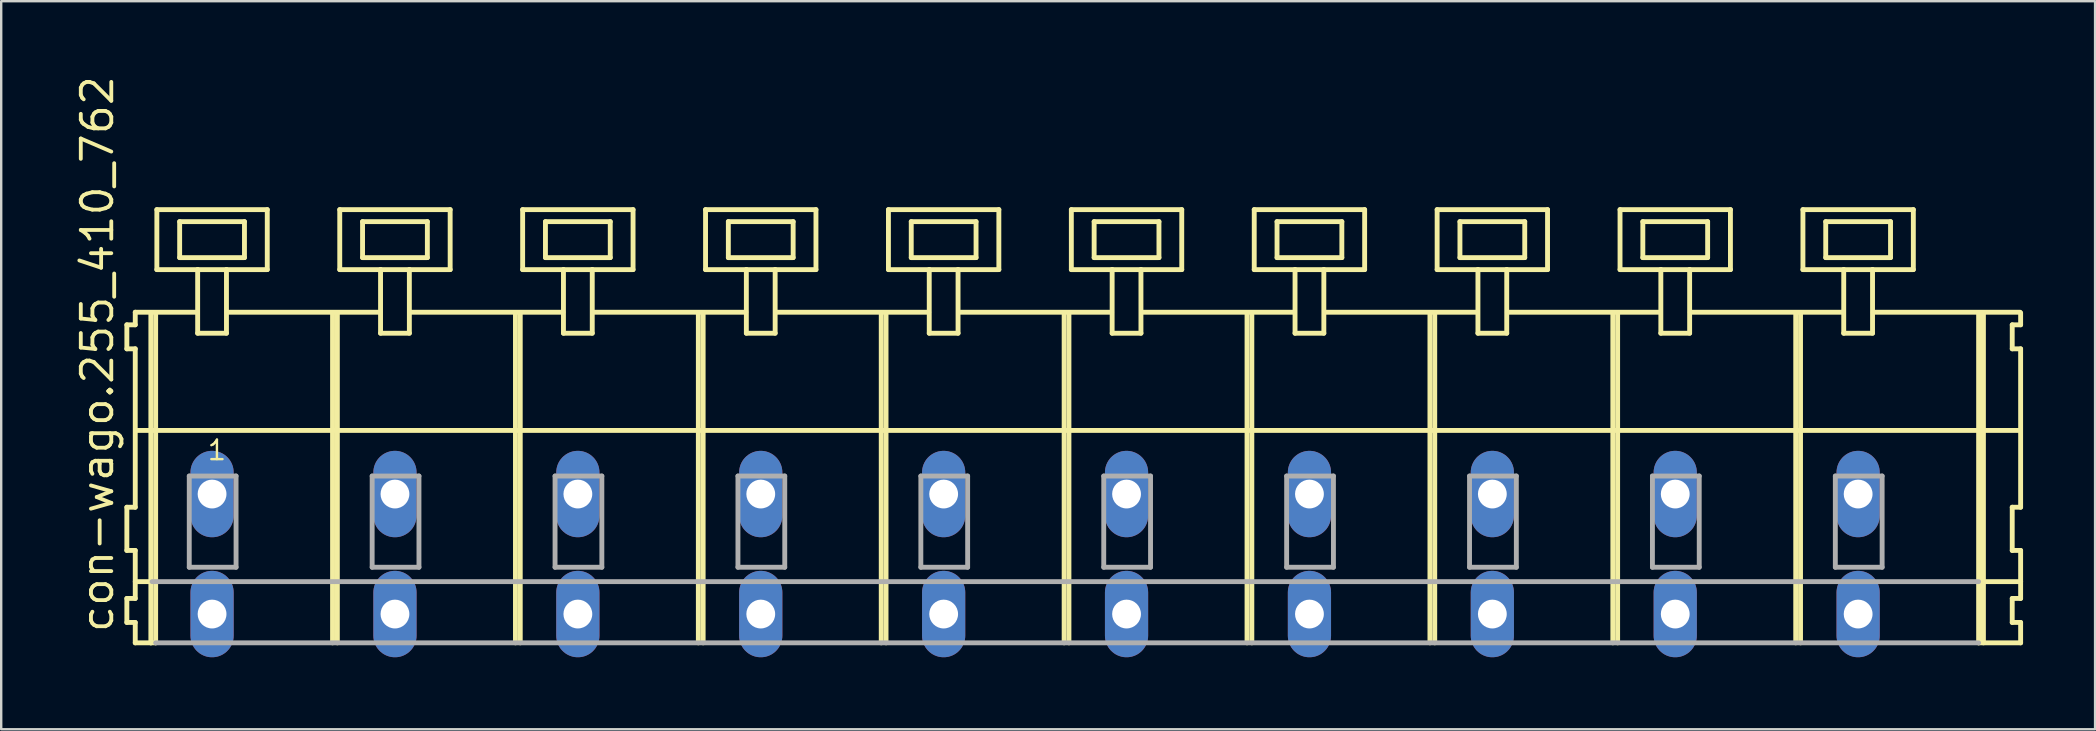
<source format=kicad_pcb>
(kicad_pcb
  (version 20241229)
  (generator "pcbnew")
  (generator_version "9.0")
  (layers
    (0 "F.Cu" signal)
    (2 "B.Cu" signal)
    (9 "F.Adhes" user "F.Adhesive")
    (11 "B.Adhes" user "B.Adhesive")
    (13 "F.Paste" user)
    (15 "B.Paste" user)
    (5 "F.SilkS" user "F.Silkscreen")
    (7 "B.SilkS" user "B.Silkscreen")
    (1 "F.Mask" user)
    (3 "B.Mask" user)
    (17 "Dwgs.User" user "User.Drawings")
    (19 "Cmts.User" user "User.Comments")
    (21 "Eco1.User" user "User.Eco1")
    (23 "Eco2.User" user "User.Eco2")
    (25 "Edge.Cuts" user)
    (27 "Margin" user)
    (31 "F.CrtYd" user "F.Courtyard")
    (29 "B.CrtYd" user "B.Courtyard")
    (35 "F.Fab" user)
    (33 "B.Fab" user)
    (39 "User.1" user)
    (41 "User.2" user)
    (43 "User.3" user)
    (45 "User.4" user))
  (footprint "con-wago.255_410_762"
    (layer "F.Cu")
    (at 41.345 17.533)
    (property "Reference" "con-wago.255_410_762" (at -39.595 5.855 90) (layer "F.SilkS") (effects (font (size 1.27 1.27) (thickness 0.16)) (justify left bottom)))
    (attr through_hole)
    (fp_line (start -39.11 -7.05) (end -39.11 -6.05) (stroke (width 0.203) (type default)) (layer "F.SilkS"))
    (fp_line (start -39.11 -6.05) (end -38.76 -6.05) (stroke (width 0.203) (type default)) (layer "F.SilkS"))
    (fp_line (start -39.11 0.55) (end -39.11 2.35) (stroke (width 0.203) (type default)) (layer "F.SilkS"))
    (fp_line (start -39.11 2.35) (end -38.76 2.35) (stroke (width 0.203) (type default)) (layer "F.SilkS"))
    (fp_line (start -39.11 4.35) (end -39.11 5.35) (stroke (width 0.203) (type default)) (layer "F.SilkS"))
    (fp_line (start -39.11 5.35) (end -38.76 5.35) (stroke (width 0.203) (type default)) (layer "F.SilkS"))
    (fp_line (start -38.76 -7.575) (end -38.76 -7.05) (stroke (width 0.203) (type default)) (layer "F.SilkS"))
    (fp_line (start -38.76 -7.575) (end -36.185 -7.575) (stroke (width 0.203) (type default)) (layer "F.SilkS"))
    (fp_line (start -38.76 -7.05) (end -39.11 -7.05) (stroke (width 0.203) (type default)) (layer "F.SilkS"))
    (fp_line (start -38.76 -6.05) (end -38.76 0.55) (stroke (width 0.203) (type default)) (layer "F.SilkS"))
    (fp_line (start -38.76 0.55) (end -39.11 0.55) (stroke (width 0.203) (type default)) (layer "F.SilkS"))
    (fp_line (start -38.76 2.35) (end -38.76 4.35) (stroke (width 0.203) (type default)) (layer "F.SilkS"))
    (fp_line (start -38.76 3.65) (end -38.06 3.65) (stroke (width 0.203) (type default)) (layer "F.SilkS"))
    (fp_line (start -38.76 4.35) (end -39.11 4.35) (stroke (width 0.203) (type default)) (layer "F.SilkS"))
    (fp_line (start -38.76 5.35) (end -38.76 6.2) (stroke (width 0.203) (type default)) (layer "F.SilkS"))
    (fp_line (start -38.76 6.2) (end -38.11 6.2) (stroke (width 0.203) (type default)) (layer "F.SilkS"))
    (fp_line (start -38.71 -2.65) (end 39.74 -2.65) (stroke (width 0.203) (type default)) (layer "F.SilkS"))
    (fp_line (start -38.11 -7.55) (end -38.11 6.2) (stroke (width 0.203) (type default)) (layer "F.SilkS"))
    (fp_line (start -38.11 6.2) (end -37.91 6.2) (stroke (width 0.203) (type default)) (layer "F.SilkS"))
    (fp_line (start -37.91 -7.55) (end -37.91 6.2) (stroke (width 0.203) (type default)) (layer "F.SilkS"))
    (fp_line (start -37.86 -11.85) (end -37.86 -9.35) (stroke (width 0.203) (type default)) (layer "F.SilkS"))
    (fp_line (start -37.86 -9.35) (end -36.16 -9.35) (stroke (width 0.203) (type default)) (layer "F.SilkS"))
    (fp_line (start -36.91 -11.35) (end -36.91 -9.85) (stroke (width 0.203) (type default)) (layer "F.SilkS"))
    (fp_line (start -36.91 -9.85) (end -34.21 -9.85) (stroke (width 0.203) (type default)) (layer "F.SilkS"))
    (fp_line (start -36.16 -9.35) (end -36.16 -6.7) (stroke (width 0.203) (type default)) (layer "F.SilkS"))
    (fp_line (start -36.16 -9.35) (end -34.96 -9.35) (stroke (width 0.203) (type default)) (layer "F.SilkS"))
    (fp_line (start -36.16 -6.7) (end -34.96 -6.7) (stroke (width 0.203) (type default)) (layer "F.SilkS"))
    (fp_line (start -34.96 -9.35) (end -33.26 -9.35) (stroke (width 0.203) (type default)) (layer "F.SilkS"))
    (fp_line (start -34.96 -6.7) (end -34.96 -9.35) (stroke (width 0.203) (type default)) (layer "F.SilkS"))
    (fp_line (start -34.935 -7.575) (end -28.561 -7.575) (stroke (width 0.203) (type default)) (layer "F.SilkS"))
    (fp_line (start -34.21 -11.35) (end -36.91 -11.35) (stroke (width 0.203) (type default)) (layer "F.SilkS"))
    (fp_line (start -34.21 -9.85) (end -34.21 -11.35) (stroke (width 0.203) (type default)) (layer "F.SilkS"))
    (fp_line (start -33.26 -11.85) (end -37.86 -11.85) (stroke (width 0.203) (type default)) (layer "F.SilkS"))
    (fp_line (start -33.26 -9.35) (end -33.26 -11.85) (stroke (width 0.203) (type default)) (layer "F.SilkS"))
    (fp_line (start -30.54 -7.55) (end -30.54 6.2) (stroke (width 0.203) (type default)) (layer "F.SilkS"))
    (fp_line (start -30.34 -7.55) (end -30.34 6.2) (stroke (width 0.203) (type default)) (layer "F.SilkS"))
    (fp_line (start -30.24 -11.85) (end -30.24 -9.35) (stroke (width 0.203) (type default)) (layer "F.SilkS"))
    (fp_line (start -30.24 -9.35) (end -28.54 -9.35) (stroke (width 0.203) (type default)) (layer "F.SilkS"))
    (fp_line (start -29.29 -11.35) (end -29.29 -9.85) (stroke (width 0.203) (type default)) (layer "F.SilkS"))
    (fp_line (start -29.29 -9.85) (end -26.59 -9.85) (stroke (width 0.203) (type default)) (layer "F.SilkS"))
    (fp_line (start -28.54 -9.35) (end -28.54 -6.7) (stroke (width 0.203) (type default)) (layer "F.SilkS"))
    (fp_line (start -28.54 -9.35) (end -27.34 -9.35) (stroke (width 0.203) (type default)) (layer "F.SilkS"))
    (fp_line (start -28.54 -6.7) (end -27.34 -6.7) (stroke (width 0.203) (type default)) (layer "F.SilkS"))
    (fp_line (start -27.34 -9.35) (end -25.64 -9.35) (stroke (width 0.203) (type default)) (layer "F.SilkS"))
    (fp_line (start -27.34 -6.7) (end -27.34 -9.35) (stroke (width 0.203) (type default)) (layer "F.SilkS"))
    (fp_line (start -27.315 -7.575) (end -20.941 -7.575) (stroke (width 0.203) (type default)) (layer "F.SilkS"))
    (fp_line (start -26.59 -11.35) (end -29.29 -11.35) (stroke (width 0.203) (type default)) (layer "F.SilkS"))
    (fp_line (start -26.59 -9.85) (end -26.59 -11.35) (stroke (width 0.203) (type default)) (layer "F.SilkS"))
    (fp_line (start -25.64 -11.85) (end -30.24 -11.85) (stroke (width 0.203) (type default)) (layer "F.SilkS"))
    (fp_line (start -25.64 -9.35) (end -25.64 -11.85) (stroke (width 0.203) (type default)) (layer "F.SilkS"))
    (fp_line (start -22.92 -7.55) (end -22.92 6.2) (stroke (width 0.203) (type default)) (layer "F.SilkS"))
    (fp_line (start -22.72 -7.55) (end -22.72 6.2) (stroke (width 0.203) (type default)) (layer "F.SilkS"))
    (fp_line (start -22.62 -11.85) (end -22.62 -9.35) (stroke (width 0.203) (type default)) (layer "F.SilkS"))
    (fp_line (start -22.62 -9.35) (end -20.92 -9.35) (stroke (width 0.203) (type default)) (layer "F.SilkS"))
    (fp_line (start -21.67 -11.35) (end -21.67 -9.85) (stroke (width 0.203) (type default)) (layer "F.SilkS"))
    (fp_line (start -21.67 -9.85) (end -18.97 -9.85) (stroke (width 0.203) (type default)) (layer "F.SilkS"))
    (fp_line (start -20.92 -9.35) (end -20.92 -6.7) (stroke (width 0.203) (type default)) (layer "F.SilkS"))
    (fp_line (start -20.92 -9.35) (end -19.72 -9.35) (stroke (width 0.203) (type default)) (layer "F.SilkS"))
    (fp_line (start -20.92 -6.7) (end -19.72 -6.7) (stroke (width 0.203) (type default)) (layer "F.SilkS"))
    (fp_line (start -19.72 -9.35) (end -18.02 -9.35) (stroke (width 0.203) (type default)) (layer "F.SilkS"))
    (fp_line (start -19.72 -6.7) (end -19.72 -9.35) (stroke (width 0.203) (type default)) (layer "F.SilkS"))
    (fp_line (start -19.695 -7.575) (end -13.321 -7.575) (stroke (width 0.203) (type default)) (layer "F.SilkS"))
    (fp_line (start -18.97 -11.35) (end -21.67 -11.35) (stroke (width 0.203) (type default)) (layer "F.SilkS"))
    (fp_line (start -18.97 -9.85) (end -18.97 -11.35) (stroke (width 0.203) (type default)) (layer "F.SilkS"))
    (fp_line (start -18.02 -11.85) (end -22.62 -11.85) (stroke (width 0.203) (type default)) (layer "F.SilkS"))
    (fp_line (start -18.02 -9.35) (end -18.02 -11.85) (stroke (width 0.203) (type default)) (layer "F.SilkS"))
    (fp_line (start -15.3 -7.55) (end -15.3 6.2) (stroke (width 0.203) (type default)) (layer "F.SilkS"))
    (fp_line (start -15.1 -7.55) (end -15.1 6.2) (stroke (width 0.203) (type default)) (layer "F.SilkS"))
    (fp_line (start -15 -11.85) (end -15 -9.35) (stroke (width 0.203) (type default)) (layer "F.SilkS"))
    (fp_line (start -15 -9.35) (end -13.3 -9.35) (stroke (width 0.203) (type default)) (layer "F.SilkS"))
    (fp_line (start -14.05 -11.35) (end -14.05 -9.85) (stroke (width 0.203) (type default)) (layer "F.SilkS"))
    (fp_line (start -14.05 -9.85) (end -11.35 -9.85) (stroke (width 0.203) (type default)) (layer "F.SilkS"))
    (fp_line (start -13.3 -9.35) (end -13.3 -6.7) (stroke (width 0.203) (type default)) (layer "F.SilkS"))
    (fp_line (start -13.3 -9.35) (end -12.1 -9.35) (stroke (width 0.203) (type default)) (layer "F.SilkS"))
    (fp_line (start -13.3 -6.7) (end -12.1 -6.7) (stroke (width 0.203) (type default)) (layer "F.SilkS"))
    (fp_line (start -12.1 -9.35) (end -10.4 -9.35) (stroke (width 0.203) (type default)) (layer "F.SilkS"))
    (fp_line (start -12.1 -6.7) (end -12.1 -9.35) (stroke (width 0.203) (type default)) (layer "F.SilkS"))
    (fp_line (start -12.075 -7.575) (end -5.701 -7.575) (stroke (width 0.203) (type default)) (layer "F.SilkS"))
    (fp_line (start -11.35 -11.35) (end -14.05 -11.35) (stroke (width 0.203) (type default)) (layer "F.SilkS"))
    (fp_line (start -11.35 -9.85) (end -11.35 -11.35) (stroke (width 0.203) (type default)) (layer "F.SilkS"))
    (fp_line (start -10.4 -11.85) (end -15 -11.85) (stroke (width 0.203) (type default)) (layer "F.SilkS"))
    (fp_line (start -10.4 -9.35) (end -10.4 -11.85) (stroke (width 0.203) (type default)) (layer "F.SilkS"))
    (fp_line (start -7.68 -7.55) (end -7.68 6.2) (stroke (width 0.203) (type default)) (layer "F.SilkS"))
    (fp_line (start -7.48 -7.55) (end -7.48 6.2) (stroke (width 0.203) (type default)) (layer "F.SilkS"))
    (fp_line (start -7.38 -11.85) (end -7.38 -9.35) (stroke (width 0.203) (type default)) (layer "F.SilkS"))
    (fp_line (start -7.38 -9.35) (end -5.68 -9.35) (stroke (width 0.203) (type default)) (layer "F.SilkS"))
    (fp_line (start -6.43 -11.35) (end -6.43 -9.85) (stroke (width 0.203) (type default)) (layer "F.SilkS"))
    (fp_line (start -6.43 -9.85) (end -3.73 -9.85) (stroke (width 0.203) (type default)) (layer "F.SilkS"))
    (fp_line (start -5.68 -9.35) (end -5.68 -6.7) (stroke (width 0.203) (type default)) (layer "F.SilkS"))
    (fp_line (start -5.68 -9.35) (end -4.48 -9.35) (stroke (width 0.203) (type default)) (layer "F.SilkS"))
    (fp_line (start -5.68 -6.7) (end -4.48 -6.7) (stroke (width 0.203) (type default)) (layer "F.SilkS"))
    (fp_line (start -4.48 -9.35) (end -2.78 -9.35) (stroke (width 0.203) (type default)) (layer "F.SilkS"))
    (fp_line (start -4.48 -6.7) (end -4.48 -9.35) (stroke (width 0.203) (type default)) (layer "F.SilkS"))
    (fp_line (start -4.455 -7.575) (end 1.919 -7.575) (stroke (width 0.203) (type default)) (layer "F.SilkS"))
    (fp_line (start -3.73 -11.35) (end -6.43 -11.35) (stroke (width 0.203) (type default)) (layer "F.SilkS"))
    (fp_line (start -3.73 -9.85) (end -3.73 -11.35) (stroke (width 0.203) (type default)) (layer "F.SilkS"))
    (fp_line (start -2.78 -11.85) (end -7.38 -11.85) (stroke (width 0.203) (type default)) (layer "F.SilkS"))
    (fp_line (start -2.78 -9.35) (end -2.78 -11.85) (stroke (width 0.203) (type default)) (layer "F.SilkS"))
    (fp_line (start -0.06 -7.55) (end -0.06 6.2) (stroke (width 0.203) (type default)) (layer "F.SilkS"))
    (fp_line (start 0.14 -7.55) (end 0.14 6.2) (stroke (width 0.203) (type default)) (layer "F.SilkS"))
    (fp_line (start 0.24 -11.85) (end 0.24 -9.35) (stroke (width 0.203) (type default)) (layer "F.SilkS"))
    (fp_line (start 0.24 -9.35) (end 1.94 -9.35) (stroke (width 0.203) (type default)) (layer "F.SilkS"))
    (fp_line (start 1.19 -11.35) (end 1.19 -9.85) (stroke (width 0.203) (type default)) (layer "F.SilkS"))
    (fp_line (start 1.19 -9.85) (end 3.89 -9.85) (stroke (width 0.203) (type default)) (layer "F.SilkS"))
    (fp_line (start 1.94 -9.35) (end 1.94 -6.7) (stroke (width 0.203) (type default)) (layer "F.SilkS"))
    (fp_line (start 1.94 -9.35) (end 3.14 -9.35) (stroke (width 0.203) (type default)) (layer "F.SilkS"))
    (fp_line (start 1.94 -6.7) (end 3.14 -6.7) (stroke (width 0.203) (type default)) (layer "F.SilkS"))
    (fp_line (start 3.14 -9.35) (end 4.84 -9.35) (stroke (width 0.203) (type default)) (layer "F.SilkS"))
    (fp_line (start 3.14 -6.7) (end 3.14 -9.35) (stroke (width 0.203) (type default)) (layer "F.SilkS"))
    (fp_line (start 3.165 -7.575) (end 9.539 -7.575) (stroke (width 0.203) (type default)) (layer "F.SilkS"))
    (fp_line (start 3.89 -11.35) (end 1.19 -11.35) (stroke (width 0.203) (type default)) (layer "F.SilkS"))
    (fp_line (start 3.89 -9.85) (end 3.89 -11.35) (stroke (width 0.203) (type default)) (layer "F.SilkS"))
    (fp_line (start 4.84 -11.85) (end 0.24 -11.85) (stroke (width 0.203) (type default)) (layer "F.SilkS"))
    (fp_line (start 4.84 -9.35) (end 4.84 -11.85) (stroke (width 0.203) (type default)) (layer "F.SilkS"))
    (fp_line (start 7.56 -7.55) (end 7.56 6.2) (stroke (width 0.203) (type default)) (layer "F.SilkS"))
    (fp_line (start 7.76 -7.55) (end 7.76 6.2) (stroke (width 0.203) (type default)) (layer "F.SilkS"))
    (fp_line (start 7.86 -11.85) (end 7.86 -9.35) (stroke (width 0.203) (type default)) (layer "F.SilkS"))
    (fp_line (start 7.86 -9.35) (end 9.56 -9.35) (stroke (width 0.203) (type default)) (layer "F.SilkS"))
    (fp_line (start 8.81 -11.35) (end 8.81 -9.85) (stroke (width 0.203) (type default)) (layer "F.SilkS"))
    (fp_line (start 8.81 -9.85) (end 11.51 -9.85) (stroke (width 0.203) (type default)) (layer "F.SilkS"))
    (fp_line (start 9.56 -9.35) (end 9.56 -6.7) (stroke (width 0.203) (type default)) (layer "F.SilkS"))
    (fp_line (start 9.56 -9.35) (end 10.76 -9.35) (stroke (width 0.203) (type default)) (layer "F.SilkS"))
    (fp_line (start 9.56 -6.7) (end 10.76 -6.7) (stroke (width 0.203) (type default)) (layer "F.SilkS"))
    (fp_line (start 10.76 -9.35) (end 12.46 -9.35) (stroke (width 0.203) (type default)) (layer "F.SilkS"))
    (fp_line (start 10.76 -6.7) (end 10.76 -9.35) (stroke (width 0.203) (type default)) (layer "F.SilkS"))
    (fp_line (start 10.785 -7.575) (end 17.159 -7.575) (stroke (width 0.203) (type default)) (layer "F.SilkS"))
    (fp_line (start 11.51 -11.35) (end 8.81 -11.35) (stroke (width 0.203) (type default)) (layer "F.SilkS"))
    (fp_line (start 11.51 -9.85) (end 11.51 -11.35) (stroke (width 0.203) (type default)) (layer "F.SilkS"))
    (fp_line (start 12.46 -11.85) (end 7.86 -11.85) (stroke (width 0.203) (type default)) (layer "F.SilkS"))
    (fp_line (start 12.46 -9.35) (end 12.46 -11.85) (stroke (width 0.203) (type default)) (layer "F.SilkS"))
    (fp_line (start 15.18 -7.55) (end 15.18 6.2) (stroke (width 0.203) (type default)) (layer "F.SilkS"))
    (fp_line (start 15.38 -7.55) (end 15.38 6.2) (stroke (width 0.203) (type default)) (layer "F.SilkS"))
    (fp_line (start 15.48 -11.85) (end 15.48 -9.35) (stroke (width 0.203) (type default)) (layer "F.SilkS"))
    (fp_line (start 15.48 -9.35) (end 17.18 -9.35) (stroke (width 0.203) (type default)) (layer "F.SilkS"))
    (fp_line (start 16.43 -11.35) (end 16.43 -9.85) (stroke (width 0.203) (type default)) (layer "F.SilkS"))
    (fp_line (start 16.43 -9.85) (end 19.13 -9.85) (stroke (width 0.203) (type default)) (layer "F.SilkS"))
    (fp_line (start 17.18 -9.35) (end 17.18 -6.7) (stroke (width 0.203) (type default)) (layer "F.SilkS"))
    (fp_line (start 17.18 -9.35) (end 18.38 -9.35) (stroke (width 0.203) (type default)) (layer "F.SilkS"))
    (fp_line (start 17.18 -6.7) (end 18.38 -6.7) (stroke (width 0.203) (type default)) (layer "F.SilkS"))
    (fp_line (start 18.38 -9.35) (end 20.08 -9.35) (stroke (width 0.203) (type default)) (layer "F.SilkS"))
    (fp_line (start 18.38 -6.7) (end 18.38 -9.35) (stroke (width 0.203) (type default)) (layer "F.SilkS"))
    (fp_line (start 18.405 -7.575) (end 24.779 -7.575) (stroke (width 0.203) (type default)) (layer "F.SilkS"))
    (fp_line (start 19.13 -11.35) (end 16.43 -11.35) (stroke (width 0.203) (type default)) (layer "F.SilkS"))
    (fp_line (start 19.13 -9.85) (end 19.13 -11.35) (stroke (width 0.203) (type default)) (layer "F.SilkS"))
    (fp_line (start 20.08 -11.85) (end 15.48 -11.85) (stroke (width 0.203) (type default)) (layer "F.SilkS"))
    (fp_line (start 20.08 -9.35) (end 20.08 -11.85) (stroke (width 0.203) (type default)) (layer "F.SilkS"))
    (fp_line (start 22.8 -7.55) (end 22.8 6.2) (stroke (width 0.203) (type default)) (layer "F.SilkS"))
    (fp_line (start 23 -7.55) (end 23 6.2) (stroke (width 0.203) (type default)) (layer "F.SilkS"))
    (fp_line (start 23.1 -11.85) (end 23.1 -9.35) (stroke (width 0.203) (type default)) (layer "F.SilkS"))
    (fp_line (start 23.1 -9.35) (end 24.8 -9.35) (stroke (width 0.203) (type default)) (layer "F.SilkS"))
    (fp_line (start 24.05 -11.35) (end 24.05 -9.85) (stroke (width 0.203) (type default)) (layer "F.SilkS"))
    (fp_line (start 24.05 -9.85) (end 26.75 -9.85) (stroke (width 0.203) (type default)) (layer "F.SilkS"))
    (fp_line (start 24.8 -9.35) (end 24.8 -6.7) (stroke (width 0.203) (type default)) (layer "F.SilkS"))
    (fp_line (start 24.8 -9.35) (end 26 -9.35) (stroke (width 0.203) (type default)) (layer "F.SilkS"))
    (fp_line (start 24.8 -6.7) (end 26 -6.7) (stroke (width 0.203) (type default)) (layer "F.SilkS"))
    (fp_line (start 26 -9.35) (end 27.7 -9.35) (stroke (width 0.203) (type default)) (layer "F.SilkS"))
    (fp_line (start 26 -6.7) (end 26 -9.35) (stroke (width 0.203) (type default)) (layer "F.SilkS"))
    (fp_line (start 26.025 -7.575) (end 32.399 -7.575) (stroke (width 0.203) (type default)) (layer "F.SilkS"))
    (fp_line (start 26.75 -11.35) (end 24.05 -11.35) (stroke (width 0.203) (type default)) (layer "F.SilkS"))
    (fp_line (start 26.75 -9.85) (end 26.75 -11.35) (stroke (width 0.203) (type default)) (layer "F.SilkS"))
    (fp_line (start 27.7 -11.85) (end 23.1 -11.85) (stroke (width 0.203) (type default)) (layer "F.SilkS"))
    (fp_line (start 27.7 -9.35) (end 27.7 -11.85) (stroke (width 0.203) (type default)) (layer "F.SilkS"))
    (fp_line (start 30.42 -7.55) (end 30.42 6.2) (stroke (width 0.203) (type default)) (layer "F.SilkS"))
    (fp_line (start 30.62 -7.55) (end 30.62 6.2) (stroke (width 0.203) (type default)) (layer "F.SilkS"))
    (fp_line (start 30.72 -11.85) (end 30.72 -9.35) (stroke (width 0.203) (type default)) (layer "F.SilkS"))
    (fp_line (start 30.72 -9.35) (end 32.42 -9.35) (stroke (width 0.203) (type default)) (layer "F.SilkS"))
    (fp_line (start 31.67 -11.35) (end 31.67 -9.85) (stroke (width 0.203) (type default)) (layer "F.SilkS"))
    (fp_line (start 31.67 -9.85) (end 34.37 -9.85) (stroke (width 0.203) (type default)) (layer "F.SilkS"))
    (fp_line (start 32.42 -9.35) (end 32.42 -6.7) (stroke (width 0.203) (type default)) (layer "F.SilkS"))
    (fp_line (start 32.42 -9.35) (end 33.62 -9.35) (stroke (width 0.203) (type default)) (layer "F.SilkS"))
    (fp_line (start 32.42 -6.7) (end 33.62 -6.7) (stroke (width 0.203) (type default)) (layer "F.SilkS"))
    (fp_line (start 33.62 -9.35) (end 35.32 -9.35) (stroke (width 0.203) (type default)) (layer "F.SilkS"))
    (fp_line (start 33.62 -6.7) (end 33.62 -9.35) (stroke (width 0.203) (type default)) (layer "F.SilkS"))
    (fp_line (start 33.645 -7.575) (end 39.765 -7.575) (stroke (width 0.203) (type default)) (layer "F.SilkS"))
    (fp_line (start 34.37 -11.35) (end 31.67 -11.35) (stroke (width 0.203) (type default)) (layer "F.SilkS"))
    (fp_line (start 34.37 -9.85) (end 34.37 -11.35) (stroke (width 0.203) (type default)) (layer "F.SilkS"))
    (fp_line (start 35.32 -11.85) (end 30.72 -11.85) (stroke (width 0.203) (type default)) (layer "F.SilkS"))
    (fp_line (start 35.32 -9.35) (end 35.32 -11.85) (stroke (width 0.203) (type default)) (layer "F.SilkS"))
    (fp_line (start 38.04 -7.55) (end 38.04 6.2) (stroke (width 0.203) (type default)) (layer "F.SilkS"))
    (fp_line (start 38.04 6.2) (end 39.79 6.2) (stroke (width 0.203) (type default)) (layer "F.SilkS"))
    (fp_line (start 38.09 3.65) (end 39.79 3.65) (stroke (width 0.203) (type default)) (layer "F.SilkS"))
    (fp_line (start 38.24 -7.55) (end 38.24 6.2) (stroke (width 0.203) (type default)) (layer "F.SilkS"))
    (fp_line (start 39.44 -7.05) (end 39.44 -6.05) (stroke (width 0.203) (type default)) (layer "F.SilkS"))
    (fp_line (start 39.44 -6.05) (end 39.79 -6.05) (stroke (width 0.203) (type default)) (layer "F.SilkS"))
    (fp_line (start 39.44 0.55) (end 39.44 2.35) (stroke (width 0.203) (type default)) (layer "F.SilkS"))
    (fp_line (start 39.44 2.35) (end 39.79 2.35) (stroke (width 0.203) (type default)) (layer "F.SilkS"))
    (fp_line (start 39.44 4.35) (end 39.44 5.35) (stroke (width 0.203) (type default)) (layer "F.SilkS"))
    (fp_line (start 39.44 5.35) (end 39.79 5.35) (stroke (width 0.203) (type default)) (layer "F.SilkS"))
    (fp_line (start 39.79 -7.05) (end 39.44 -7.05) (stroke (width 0.203) (type default)) (layer "F.SilkS"))
    (fp_line (start 39.79 -7.05) (end 39.79 -7.55) (stroke (width 0.203) (type default)) (layer "F.SilkS"))
    (fp_line (start 39.79 0.55) (end 39.44 0.55) (stroke (width 0.203) (type default)) (layer "F.SilkS"))
    (fp_line (start 39.79 0.55) (end 39.79 -6.05) (stroke (width 0.203) (type default)) (layer "F.SilkS"))
    (fp_line (start 39.79 3.65) (end 39.79 2.35) (stroke (width 0.203) (type default)) (layer "F.SilkS"))
    (fp_line (start 39.79 4.35) (end 39.44 4.35) (stroke (width 0.203) (type default)) (layer "F.SilkS"))
    (fp_line (start 39.79 4.35) (end 39.79 3.65) (stroke (width 0.203) (type default)) (layer "F.SilkS"))
    (fp_line (start 39.79 6.2) (end 39.79 5.35) (stroke (width 0.203) (type default)) (layer "F.SilkS"))
    (fp_line (start -38.06 3.65) (end 38.04 3.65) (stroke (width 0.203) (type default)) (layer "F.Fab"))
    (fp_line (start -37.91 6.2) (end 38.04 6.2) (stroke (width 0.203) (type default)) (layer "F.Fab"))
    (fp_line (start -36.51 -0.75) (end -36.51 3.05) (stroke (width 0.203) (type default)) (layer "F.Fab"))
    (fp_line (start -36.51 3.05) (end -34.56 3.05) (stroke (width 0.203) (type default)) (layer "F.Fab"))
    (fp_line (start -34.56 -0.75) (end -36.51 -0.75) (stroke (width 0.203) (type default)) (layer "F.Fab"))
    (fp_line (start -34.56 3.05) (end -34.56 -0.75) (stroke (width 0.203) (type default)) (layer "F.Fab"))
    (fp_line (start -28.89 -0.75) (end -28.89 3.05) (stroke (width 0.203) (type default)) (layer "F.Fab"))
    (fp_line (start -28.89 3.05) (end -26.94 3.05) (stroke (width 0.203) (type default)) (layer "F.Fab"))
    (fp_line (start -26.94 -0.75) (end -28.89 -0.75) (stroke (width 0.203) (type default)) (layer "F.Fab"))
    (fp_line (start -26.94 3.05) (end -26.94 -0.75) (stroke (width 0.203) (type default)) (layer "F.Fab"))
    (fp_line (start -21.27 -0.75) (end -21.27 3.05) (stroke (width 0.203) (type default)) (layer "F.Fab"))
    (fp_line (start -21.27 3.05) (end -19.32 3.05) (stroke (width 0.203) (type default)) (layer "F.Fab"))
    (fp_line (start -19.32 -0.75) (end -21.27 -0.75) (stroke (width 0.203) (type default)) (layer "F.Fab"))
    (fp_line (start -19.32 3.05) (end -19.32 -0.75) (stroke (width 0.203) (type default)) (layer "F.Fab"))
    (fp_line (start -13.65 -0.75) (end -13.65 3.05) (stroke (width 0.203) (type default)) (layer "F.Fab"))
    (fp_line (start -13.65 3.05) (end -11.7 3.05) (stroke (width 0.203) (type default)) (layer "F.Fab"))
    (fp_line (start -11.7 -0.75) (end -13.65 -0.75) (stroke (width 0.203) (type default)) (layer "F.Fab"))
    (fp_line (start -11.7 3.05) (end -11.7 -0.75) (stroke (width 0.203) (type default)) (layer "F.Fab"))
    (fp_line (start -6.03 -0.75) (end -6.03 3.05) (stroke (width 0.203) (type default)) (layer "F.Fab"))
    (fp_line (start -6.03 3.05) (end -4.08 3.05) (stroke (width 0.203) (type default)) (layer "F.Fab"))
    (fp_line (start -4.08 -0.75) (end -6.03 -0.75) (stroke (width 0.203) (type default)) (layer "F.Fab"))
    (fp_line (start -4.08 3.05) (end -4.08 -0.75) (stroke (width 0.203) (type default)) (layer "F.Fab"))
    (fp_line (start 1.59 -0.75) (end 1.59 3.05) (stroke (width 0.203) (type default)) (layer "F.Fab"))
    (fp_line (start 1.59 3.05) (end 3.54 3.05) (stroke (width 0.203) (type default)) (layer "F.Fab"))
    (fp_line (start 3.54 -0.75) (end 1.59 -0.75) (stroke (width 0.203) (type default)) (layer "F.Fab"))
    (fp_line (start 3.54 3.05) (end 3.54 -0.75) (stroke (width 0.203) (type default)) (layer "F.Fab"))
    (fp_line (start 9.21 -0.75) (end 9.21 3.05) (stroke (width 0.203) (type default)) (layer "F.Fab"))
    (fp_line (start 9.21 3.05) (end 11.16 3.05) (stroke (width 0.203) (type default)) (layer "F.Fab"))
    (fp_line (start 11.16 -0.75) (end 9.21 -0.75) (stroke (width 0.203) (type default)) (layer "F.Fab"))
    (fp_line (start 11.16 3.05) (end 11.16 -0.75) (stroke (width 0.203) (type default)) (layer "F.Fab"))
    (fp_line (start 16.83 -0.75) (end 16.83 3.05) (stroke (width 0.203) (type default)) (layer "F.Fab"))
    (fp_line (start 16.83 3.05) (end 18.78 3.05) (stroke (width 0.203) (type default)) (layer "F.Fab"))
    (fp_line (start 18.78 -0.75) (end 16.83 -0.75) (stroke (width 0.203) (type default)) (layer "F.Fab"))
    (fp_line (start 18.78 3.05) (end 18.78 -0.75) (stroke (width 0.203) (type default)) (layer "F.Fab"))
    (fp_line (start 24.45 -0.75) (end 24.45 3.05) (stroke (width 0.203) (type default)) (layer "F.Fab"))
    (fp_line (start 24.45 3.05) (end 26.4 3.05) (stroke (width 0.203) (type default)) (layer "F.Fab"))
    (fp_line (start 26.4 -0.75) (end 24.45 -0.75) (stroke (width 0.203) (type default)) (layer "F.Fab"))
    (fp_line (start 26.4 3.05) (end 26.4 -0.75) (stroke (width 0.203) (type default)) (layer "F.Fab"))
    (fp_line (start 32.07 -0.75) (end 32.07 3.05) (stroke (width 0.203) (type default)) (layer "F.Fab"))
    (fp_line (start 32.07 3.05) (end 34.02 3.05) (stroke (width 0.203) (type default)) (layer "F.Fab"))
    (fp_line (start 34.02 -0.75) (end 32.07 -0.75) (stroke (width 0.203) (type default)) (layer "F.Fab"))
    (fp_line (start 34.02 3.05) (end 34.02 -0.75) (stroke (width 0.203) (type default)) (layer "F.Fab"))
    (fp_text user "1" (at -35.81 -1.35 0) (layer "F.SilkS") (effects (font (size 0.813 0.813) (thickness 0.1)) (justify left bottom)))
    (pad "A1" thru_hole oval (at -35.56 0 90) (size 3.6 1.8) (drill 1.2) (layers "*.Cu" "*.Mask"))
    (pad "A2" thru_hole oval (at -27.94 0 90) (size 3.6 1.8) (drill 1.2) (layers "*.Cu" "*.Mask"))
    (pad "A3" thru_hole oval (at -20.32 0 90) (size 3.6 1.8) (drill 1.2) (layers "*.Cu" "*.Mask"))
    (pad "A4" thru_hole oval (at -12.7 0 90) (size 3.6 1.8) (drill 1.2) (layers "*.Cu" "*.Mask"))
    (pad "A5" thru_hole oval (at -5.08 0 90) (size 3.6 1.8) (drill 1.2) (layers "*.Cu" "*.Mask"))
    (pad "A6" thru_hole oval (at 2.54 0 90) (size 3.6 1.8) (drill 1.2) (layers "*.Cu" "*.Mask"))
    (pad "A7" thru_hole oval (at 10.16 0 90) (size 3.6 1.8) (drill 1.2) (layers "*.Cu" "*.Mask"))
    (pad "A8" thru_hole oval (at 17.78 0 90) (size 3.6 1.8) (drill 1.2) (layers "*.Cu" "*.Mask"))
    (pad "A9" thru_hole oval (at 25.4 0 90) (size 3.6 1.8) (drill 1.2) (layers "*.Cu" "*.Mask"))
    (pad "A10" thru_hole oval (at 33.02 0 90) (size 3.6 1.8) (drill 1.2) (layers "*.Cu" "*.Mask"))
    (pad "B1" thru_hole oval (at -35.56 5 90) (size 3.6 1.8) (drill 1.2) (layers "*.Cu" "*.Mask"))
    (pad "B2" thru_hole oval (at -27.94 5 90) (size 3.6 1.8) (drill 1.2) (layers "*.Cu" "*.Mask"))
    (pad "B3" thru_hole oval (at -20.32 5 90) (size 3.6 1.8) (drill 1.2) (layers "*.Cu" "*.Mask"))
    (pad "B4" thru_hole oval (at -12.7 5 90) (size 3.6 1.8) (drill 1.2) (layers "*.Cu" "*.Mask"))
    (pad "B5" thru_hole oval (at -5.08 5 90) (size 3.6 1.8) (drill 1.2) (layers "*.Cu" "*.Mask"))
    (pad "B6" thru_hole oval (at 2.54 5 90) (size 3.6 1.8) (drill 1.2) (layers "*.Cu" "*.Mask"))
    (pad "B7" thru_hole oval (at 10.16 5 90) (size 3.6 1.8) (drill 1.2) (layers "*.Cu" "*.Mask"))
    (pad "B8" thru_hole oval (at 17.78 5 90) (size 3.6 1.8) (drill 1.2) (layers "*.Cu" "*.Mask"))
    (pad "B9" thru_hole oval (at 25.4 5 90) (size 3.6 1.8) (drill 1.2) (layers "*.Cu" "*.Mask"))
    (pad "B10" thru_hole oval (at 33.02 5 90) (size 3.6 1.8) (drill 1.2) (layers "*.Cu" "*.Mask")))
  (gr_rect
    (start -3 -3)
    (end 84.237 27.333)
    (stroke (width 0.1) (type default))
    (fill no)
    (layer "Edge.Cuts")))
</source>
